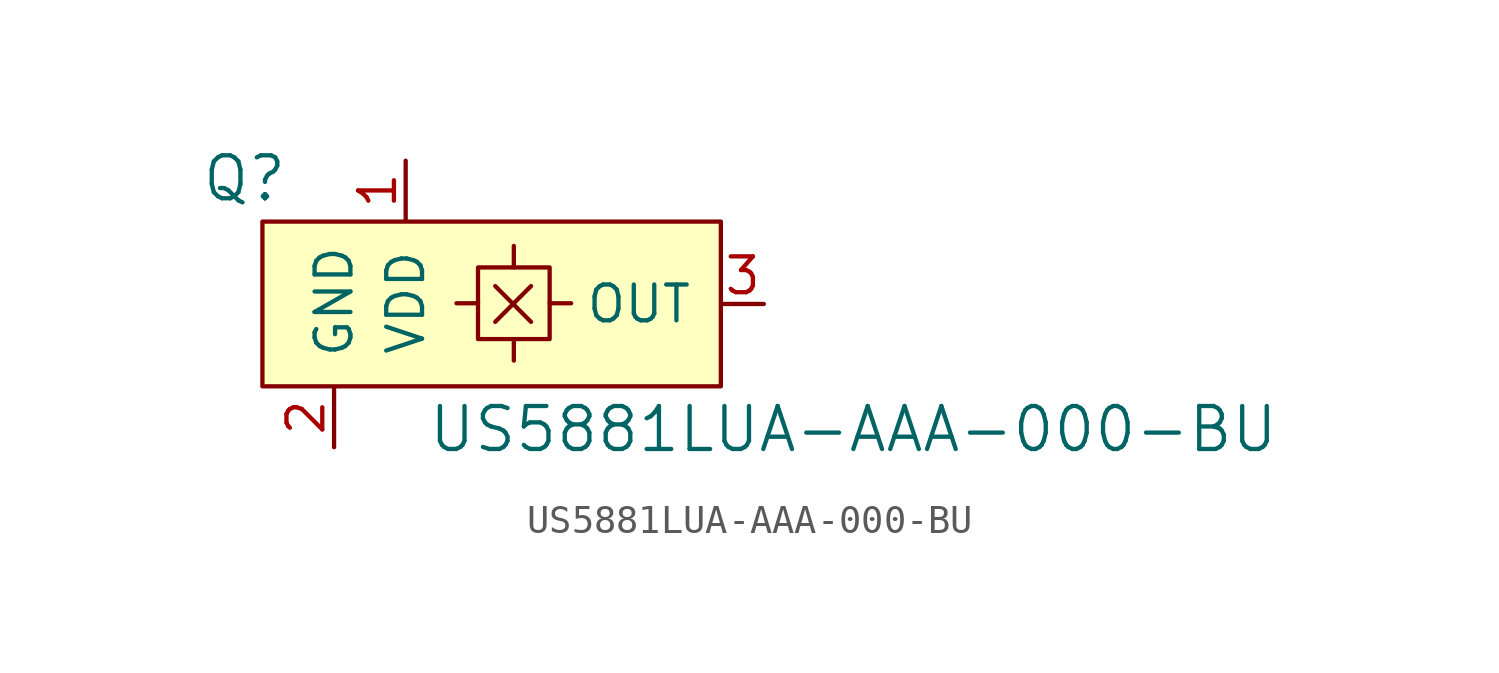
<source format=kicad_sym>
(kicad_symbol_lib
  (version 20201005)
  (generator kicad_symbol_editor)
  (symbol "US5881LUA-AAA-000-BU"
    (pin_names
      (offset 1.016))
    (property "Reference" "Q"
      (at -8.255 4.445 0)
      (effects (font (size 1.524 1.524))))
    (property "Value" "US5881LUA-AAA-000-BU"
      (at 13.335 -4.445 0)
      (effects (font (size 1.524 1.524))))
    (symbol "US5881LUA-AAA-000-BU_0_1"
      (rectangle (start 0.025 1.295) (end 2.565 -1.245) (stroke (width 0)) (fill (type none)))
      (rectangle (start 8.636 2.921) (end -7.62 -2.921) (stroke (width 0)) (fill (type background)))
      (polyline (pts (xy 0.025 0.025) (xy -0.737 0.025)) (stroke (width 0)) (fill (type none)))
      (polyline (pts (xy 0.635 -0.635) (xy 1.905 0.635)) (stroke (width 0)) (fill (type none)))
      (polyline (pts (xy 0.635 0.635) (xy 1.905 -0.635)) (stroke (width 0)) (fill (type none)))
      (polyline (pts (xy 1.295 -1.245) (xy 1.295 -2.007)) (stroke (width 0)) (fill (type none)))
      (polyline (pts (xy 1.295 1.295) (xy 1.295 2.057)) (stroke (width 0)) (fill (type none)))
      (polyline (pts (xy 2.565 0.025) (xy 3.327 0.025)) (stroke (width 0)) (fill (type none))))
    (symbol "US5881LUA-AAA-000-BU_1_1"
      (pin power_in line (at -2.54 5.08 270) (length 2.108) (name "VDD" (effects (font (size 1.27 1.27)))) (number "1" (effects (font (size 1.27 1.27)))))
      (pin power_in line (at -5.08 -5.08 90) (length 2.108) (name "GND" (effects (font (size 1.27 1.27)))) (number "2" (effects (font (size 1.27 1.27)))))
      (pin output line (at 10.16 0 180) (length 1.499) (name "OUT" (effects (font (size 1.27 1.27)))) (number "3" (effects (font (size 1.27 1.27))))))))
</source>
